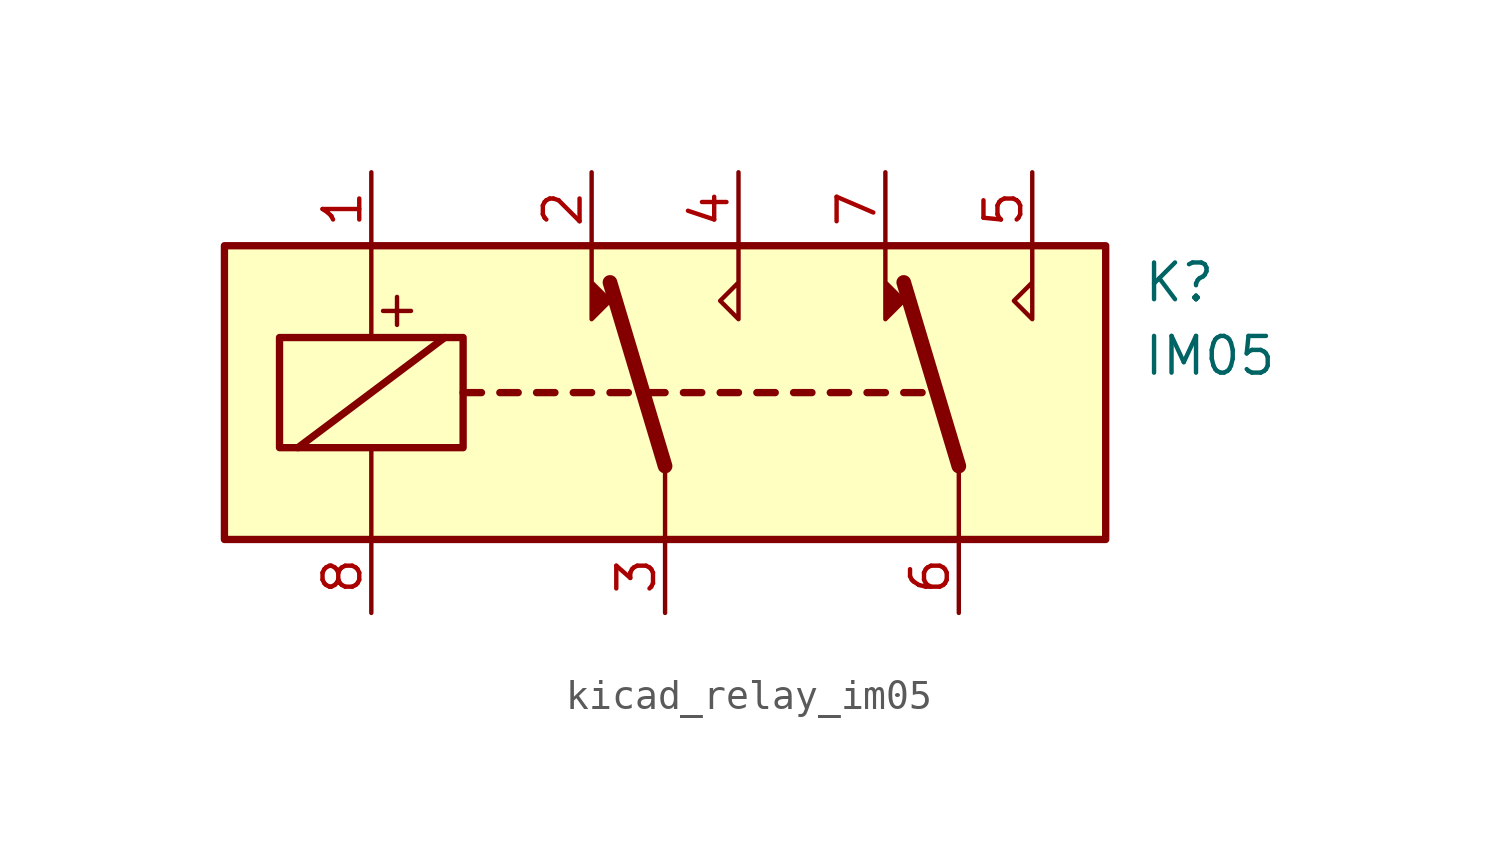
<source format=kicad_sym>
(kicad_symbol_lib
  (version 20220914)
  (generator kicad_symbol_editor)
  (symbol "kicad_relay_im05"
    (property "Reference" "K"
      (at 16.51 3.81 0)
      (effects (font (size 1.27 1.27)) (justify left)))
    (property "Value" "IM05"
      (at 16.51 1.27 0)
      (effects (font (size 1.27 1.27)) (justify left)))
    (symbol "kicad_relay_im05_0_0"
      (text "+" (at -9.271 2.921 0) (effects (font (size 1.27 1.27)))))
    (symbol "kicad_relay_im05_0_1"
      (rectangle (start -15.24 5.08) (end 15.24 -5.08) (stroke (width 0.254) (type default)) (fill (type background)))
      (rectangle (start -13.335 1.905) (end -6.985 -1.905) (stroke (width 0.254) (type default)) (fill (type none)))
      (polyline (pts (xy -12.7 -1.905) (xy -7.62 1.905)) (stroke (width 0.254) (type default)) (fill (type none)))
      (polyline (pts (xy -10.16 -5.08) (xy -10.16 -1.905)) (stroke (width 0) (type default)) (fill (type none)))
      (polyline (pts (xy -10.16 5.08) (xy -10.16 1.905)) (stroke (width 0) (type default)) (fill (type none)))
      (polyline (pts (xy -6.985 0) (xy -6.35 0)) (stroke (width 0.254) (type default)) (fill (type none)))
      (polyline (pts (xy -5.715 0) (xy -5.08 0)) (stroke (width 0.254) (type default)) (fill (type none)))
      (polyline (pts (xy -4.445 0) (xy -3.81 0)) (stroke (width 0.254) (type default)) (fill (type none)))
      (polyline (pts (xy -3.175 0) (xy -2.54 0)) (stroke (width 0.254) (type default)) (fill (type none)))
      (polyline (pts (xy -1.905 0) (xy -1.27 0)) (stroke (width 0.254) (type default)) (fill (type none)))
      (polyline (pts (xy -0.635 0) (xy 0 0)) (stroke (width 0.254) (type default)) (fill (type none)))
      (polyline (pts (xy 0 -2.54) (xy -1.905 3.81)) (stroke (width 0.508) (type default)) (fill (type none)))
      (polyline (pts (xy 0 -2.54) (xy 0 -5.08)) (stroke (width 0) (type default)) (fill (type none)))
      (polyline (pts (xy 0.635 0) (xy 1.27 0)) (stroke (width 0.254) (type default)) (fill (type none)))
      (polyline (pts (xy 1.905 0) (xy 2.54 0)) (stroke (width 0.254) (type default)) (fill (type none)))
      (polyline (pts (xy 3.175 0) (xy 3.81 0)) (stroke (width 0.254) (type default)) (fill (type none)))
      (polyline (pts (xy 4.445 0) (xy 5.08 0)) (stroke (width 0.254) (type default)) (fill (type none)))
      (polyline (pts (xy 5.715 0) (xy 6.35 0)) (stroke (width 0.254) (type default)) (fill (type none)))
      (polyline (pts (xy 6.985 0) (xy 7.62 0)) (stroke (width 0.254) (type default)) (fill (type none)))
      (polyline (pts (xy 8.255 0) (xy 8.89 0)) (stroke (width 0.254) (type default)) (fill (type none)))
      (polyline (pts (xy 10.16 -2.54) (xy 8.255 3.81)) (stroke (width 0.508) (type default)) (fill (type none)))
      (polyline (pts (xy 10.16 -2.54) (xy 10.16 -5.08)) (stroke (width 0) (type default)) (fill (type none)))
      (polyline (pts (xy -2.54 5.08) (xy -2.54 2.54) (xy -1.905 3.175) (xy -2.54 3.81)) (stroke (width 0) (type default)) (fill (type outline)))
      (polyline (pts (xy 2.54 5.08) (xy 2.54 2.54) (xy 1.905 3.175) (xy 2.54 3.81)) (stroke (width 0) (type default)) (fill (type none)))
      (polyline (pts (xy 7.62 5.08) (xy 7.62 2.54) (xy 8.255 3.175) (xy 7.62 3.81)) (stroke (width 0) (type default)) (fill (type outline)))
      (polyline (pts (xy 12.7 5.08) (xy 12.7 2.54) (xy 12.065 3.175) (xy 12.7 3.81)) (stroke (width 0) (type default)) (fill (type none))))
    (symbol "kicad_relay_im05_1_1"
      (pin passive line (at -10.16 7.62 270) (length 2.54) (name "~" (effects (font (size 1.27 1.27)))) (number "1" (effects (font (size 1.27 1.27)))))
      (pin passive line (at -2.54 7.62 270) (length 2.54) (name "~" (effects (font (size 1.27 1.27)))) (number "2" (effects (font (size 1.27 1.27)))))
      (pin passive line (at 0 -7.62 90) (length 2.54) (name "~" (effects (font (size 1.27 1.27)))) (number "3" (effects (font (size 1.27 1.27)))))
      (pin passive line (at 2.54 7.62 270) (length 2.54) (name "~" (effects (font (size 1.27 1.27)))) (number "4" (effects (font (size 1.27 1.27)))))
      (pin passive line (at 12.7 7.62 270) (length 2.54) (name "~" (effects (font (size 1.27 1.27)))) (number "5" (effects (font (size 1.27 1.27)))))
      (pin passive line (at 10.16 -7.62 90) (length 2.54) (name "~" (effects (font (size 1.27 1.27)))) (number "6" (effects (font (size 1.27 1.27)))))
      (pin passive line (at 7.62 7.62 270) (length 2.54) (name "~" (effects (font (size 1.27 1.27)))) (number "7" (effects (font (size 1.27 1.27)))))
      (pin passive line (at -10.16 -7.62 90) (length 2.54) (name "~" (effects (font (size 1.27 1.27)))) (number "8" (effects (font (size 1.27 1.27))))))))
</source>
